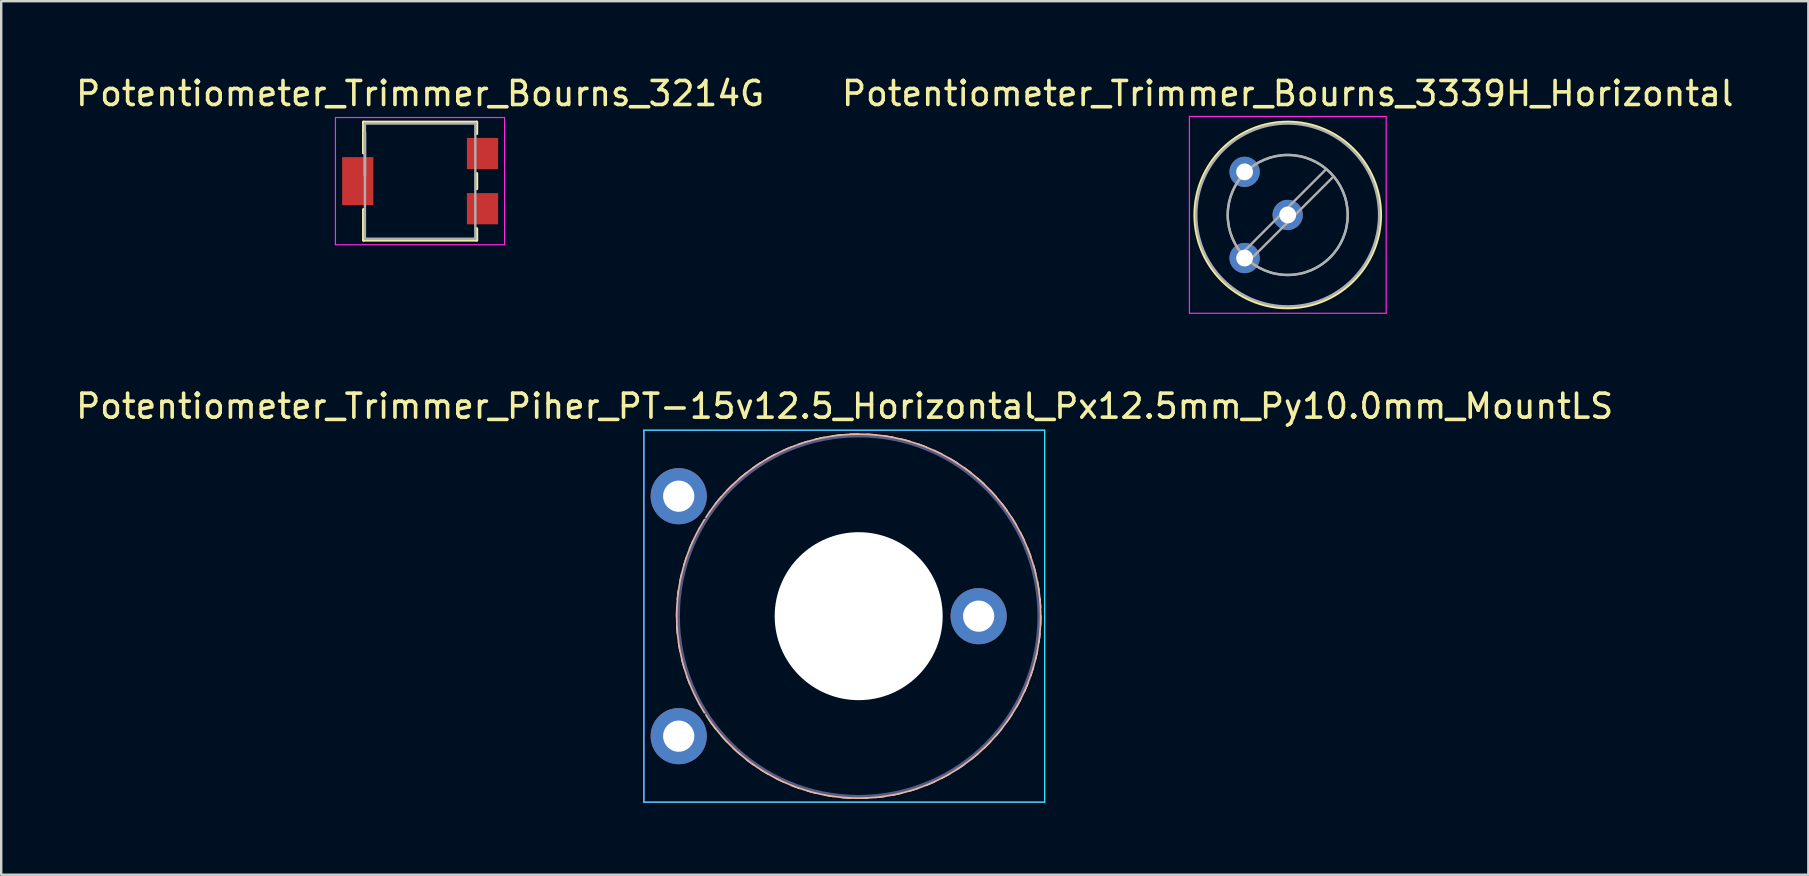
<source format=kicad_pcb>
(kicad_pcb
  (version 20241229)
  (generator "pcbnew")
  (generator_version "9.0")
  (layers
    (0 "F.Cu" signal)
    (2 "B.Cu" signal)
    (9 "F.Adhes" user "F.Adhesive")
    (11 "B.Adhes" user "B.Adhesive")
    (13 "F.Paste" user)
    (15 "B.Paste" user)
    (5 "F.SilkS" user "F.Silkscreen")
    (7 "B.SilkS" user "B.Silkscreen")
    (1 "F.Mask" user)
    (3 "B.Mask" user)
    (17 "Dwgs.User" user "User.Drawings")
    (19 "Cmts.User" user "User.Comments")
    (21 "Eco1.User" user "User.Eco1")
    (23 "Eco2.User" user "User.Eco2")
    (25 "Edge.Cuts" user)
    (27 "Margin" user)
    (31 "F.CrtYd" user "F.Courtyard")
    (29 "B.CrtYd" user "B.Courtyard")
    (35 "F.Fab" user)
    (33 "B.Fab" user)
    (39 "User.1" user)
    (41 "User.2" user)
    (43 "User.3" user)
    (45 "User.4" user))
  (footprint "Potentiometer_Trimmer_Bourns_3214G"
    (layer "F.Cu")
    (at 14.458 4.498)
    (property "Reference" "Potentiometer_Trimmer_Bourns_3214G" (at 0 -3.65 0) (layer "F.SilkS") (effects (font (size 1 1) (thickness 0.15))))
    (attr smd)
    (fp_line (start -2.36 -2.46) (end -2.36 -1.18) (stroke (width 0.12) (type solid)) (layer "F.SilkS"))
    (fp_line (start -2.36 -2.46) (end 2.36 -2.46) (stroke (width 0.12) (type solid)) (layer "F.SilkS"))
    (fp_line (start -2.36 -2.08) (end -2.36 -2.08) (stroke (width 0.12) (type solid)) (layer "F.SilkS"))
    (fp_line (start -2.36 -2.08) (end -2.36 -1.18) (stroke (width 0.12) (type solid)) (layer "F.SilkS"))
    (fp_line (start -2.36 -2.08) (end -2.36 -1.18) (stroke (width 0.12) (type solid)) (layer "F.SilkS"))
    (fp_line (start -2.36 1.18) (end -2.36 2.46) (stroke (width 0.12) (type solid)) (layer "F.SilkS"))
    (fp_line (start -2.36 2.46) (end 2.36 2.46) (stroke (width 0.12) (type solid)) (layer "F.SilkS"))
    (fp_line (start 2.36 -2.46) (end 2.36 -1.98) (stroke (width 0.12) (type solid)) (layer "F.SilkS"))
    (fp_line (start 2.36 -0.32) (end 2.36 0.32) (stroke (width 0.12) (type solid)) (layer "F.SilkS"))
    (fp_line (start 2.36 1.98) (end 2.36 2.46) (stroke (width 0.12) (type solid)) (layer "F.SilkS"))
    (fp_line (start -3.53 -2.65) (end -3.53 2.65) (stroke (width 0.05) (type solid)) (layer "F.CrtYd"))
    (fp_line (start -3.53 2.65) (end 3.52 2.65) (stroke (width 0.05) (type solid)) (layer "F.CrtYd"))
    (fp_line (start 3.52 -2.65) (end -3.53 -2.65) (stroke (width 0.05) (type solid)) (layer "F.CrtYd"))
    (fp_line (start 3.52 2.65) (end 3.52 -2.65) (stroke (width 0.05) (type solid)) (layer "F.CrtYd"))
    (fp_line (start -2.3 -2.4) (end -2.3 2.4) (stroke (width 0.1) (type solid)) (layer "F.Fab"))
    (fp_line (start -2.3 -2.02) (end -2.3 -2.02) (stroke (width 0.1) (type solid)) (layer "F.Fab"))
    (fp_line (start -2.3 -2.02) (end -2.3 -0.24) (stroke (width 0.1) (type solid)) (layer "F.Fab"))
    (fp_line (start -2.3 -1.13) (end -2.3 -1.13) (stroke (width 0.1) (type solid)) (layer "F.Fab"))
    (fp_line (start -2.3 -0.24) (end -2.3 -2.02) (stroke (width 0.1) (type solid)) (layer "F.Fab"))
    (fp_line (start -2.3 -0.24) (end -2.3 -0.24) (stroke (width 0.1) (type solid)) (layer "F.Fab"))
    (fp_line (start -2.3 2.4) (end 2.3 2.4) (stroke (width 0.1) (type solid)) (layer "F.Fab"))
    (fp_line (start 2.3 -2.4) (end -2.3 -2.4) (stroke (width 0.1) (type solid)) (layer "F.Fab"))
    (fp_line (start 2.3 2.4) (end 2.3 -2.4) (stroke (width 0.1) (type solid)) (layer "F.Fab"))
    (pad "1" smd rect (at 2.6 -1.15) (size 1.3 1.3) (layers "F.Cu" "F.Mask"))
    (pad "2" smd rect (at -2.6 0) (size 1.3 2) (layers "F.Cu" "F.Mask"))
    (pad "3" smd rect (at 2.6 1.15) (size 1.3 1.3) (layers "F.Cu" "F.Mask")))
  (footprint "Potentiometer_Trimmer_Bourns_3339H_Horizontal"
    (layer "F.Cu")
    (at 48.817 7.704)
    (property "Reference" "Potentiometer_Trimmer_Bourns_3339H_Horizontal" (at 1.796 -6.856 0) (layer "F.SilkS") (effects (font (size 1 1) (thickness 0.15))))
    (attr through_hole)
    (fp_circle (center 1.797 -1.795) (end 5.667 -1.795) (stroke (width 0.12) (type solid)) (fill no) (layer "F.SilkS"))
    (fp_line (start -2.3 -5.9) (end -2.3 2.3) (stroke (width 0.05) (type solid)) (layer "F.CrtYd"))
    (fp_line (start -2.3 2.3) (end 5.9 2.3) (stroke (width 0.05) (type solid)) (layer "F.CrtYd"))
    (fp_line (start 5.9 -5.9) (end -2.3 -5.9) (stroke (width 0.05) (type solid)) (layer "F.CrtYd"))
    (fp_line (start 5.9 2.3) (end 5.9 -5.9) (stroke (width 0.05) (type solid)) (layer "F.CrtYd"))
    (fp_line (start 3.388 -3.692) (end -0.101 -0.205) (stroke (width 0.1) (type solid)) (layer "F.Fab"))
    (fp_line (start 3.693 -3.386) (end 0.205 0.1) (stroke (width 0.1) (type solid)) (layer "F.Fab"))
    (fp_circle (center 1.796 -1.796) (end 4.296 -1.796) (stroke (width 0.1) (type solid)) (fill no) (layer "F.Fab"))
    (fp_circle (center 1.796 -1.796) (end 5.606 -1.796) (stroke (width 0.1) (type solid)) (fill no) (layer "F.Fab"))
    (fp_circle (center 1.797 -1.795) (end 4.297 -1.795) (stroke (width 0.1) (type solid)) (fill no) (layer "F.Fab"))
    (pad "1" thru_hole circle (at 0 0) (size 1.26 1.26) (drill 0.7) (layers "*.Cu" "*.Mask"))
    (pad "2" thru_hole circle (at 1.796 -1.796) (size 1.26 1.26) (drill 0.7) (layers "*.Cu" "*.Mask"))
    (pad "3" thru_hole circle (at 0 -3.592) (size 1.26 1.26) (drill 0.7) (layers "*.Cu" "*.Mask")))
  (footprint "Potentiometer_Trimmer_Piher_PT-15v12.5_Horizontal_Px12.5mm_Py10.0mm_MountLS"
    (layer "F.Cu")
    (at 25.234 27.628)
    (property "Reference" "Potentiometer_Trimmer_Piher_PT-15v12.5_Horizontal_Px12.5mm_Py10.0mm_MountLS" (at 6.915 -13.75 0) (layer "F.SilkS") (effects (font (size 1 1) (thickness 0.15))))
    (attr through_hole)
    (fp_arc (start -0.060867 -4.988822) (mid -0.059032 -5.166957) (end -0.053 -5.345) (stroke (width 0.12) (type solid)) (layer "F.SilkS"))
    (fp_arc (start -0.026718 -5.708229) (mid -0.007943 -5.88536) (end 0.015 -6.062) (stroke (width 0.12) (type solid)) (layer "F.SilkS"))
    (fp_arc (start -0.024953 -4.269715) (mid -0.04007 -4.447204) (end -0.051 -4.625) (stroke (width 0.12) (type solid)) (layer "F.SilkS"))
    (fp_arc (start 0.074828 -6.420804) (mid 0.110363 -6.595345) (end 0.15 -6.769) (stroke (width 0.12) (type solid)) (layer "F.SilkS"))
    (fp_arc (start 0.079697 -3.557855) (mid 0.04778 -3.733076) (end 0.02 -3.909) (stroke (width 0.12) (type solid)) (layer "F.SilkS"))
    (fp_arc (start 0.244053 -7.120552) (mid 0.296027 -7.290912) (end 0.352 -7.46) (stroke (width 0.12) (type solid)) (layer "F.SilkS"))
    (fp_arc (start 0.249802 -2.859092) (mid 0.201375 -3.030499) (end 0.157 -3.203) (stroke (width 0.12) (type solid)) (layer "F.SilkS"))
    (fp_arc (start 0.478291 -7.800341) (mid 0.546215 -7.964993) (end 0.618 -8.128) (stroke (width 0.12) (type solid)) (layer "F.SilkS"))
    (fp_arc (start 0.486126 -2.178469) (mid 0.421598 -2.344497) (end 0.361 -2.512) (stroke (width 0.12) (type solid)) (layer "F.SilkS"))
    (fp_arc (start 1.552598 -9.666019) (mid 1.664179 -9.804843) (end 1.779 -9.941) (stroke (width 0.12) (type solid)) (layer "F.SilkS"))
    (fp_arc (start 1.566046 -0.316273) (mid 1.457346 -0.457376) (end 1.352 -0.601) (stroke (width 0.12) (type solid)) (layer "F.SilkS"))
    (fp_arc (start 2.023411 -10.211803) (mid 2.14772 -10.339383) (end 2.275 -10.464) (stroke (width 0.12) (type solid)) (layer "F.SilkS"))
    (fp_arc (start 2.038166 0.22709) (mid 1.916533 0.09696) (end 1.798 -0.036) (stroke (width 0.12) (type solid)) (layer "F.SilkS"))
    (fp_arc (start 2.543574 -10.708858) (mid 2.679449 -10.824046) (end 2.818 -10.936) (stroke (width 0.12) (type solid)) (layer "F.SilkS"))
    (fp_arc (start 2.560109 0.723054) (mid 2.426646 0.605083) (end 2.296 0.484) (stroke (width 0.12) (type solid)) (layer "F.SilkS"))
    (fp_arc (start 3.109233 -11.153998) (mid 3.255438 -11.255735) (end 3.404 -11.354) (stroke (width 0.12) (type solid)) (layer "F.SilkS"))
    (fp_arc (start 3.126644 1.166859) (mid 2.982568 1.062112) (end 2.841 0.954) (stroke (width 0.12) (type solid)) (layer "F.SilkS"))
    (fp_arc (start 3.714536 -11.543945) (mid 3.86976 -11.631313) (end 4.027 -11.715) (stroke (width 0.12) (type solid)) (layer "F.SilkS"))
    (fp_arc (start 3.732589 1.554746) (mid 3.579206 1.464167) (end 3.428 1.37) (stroke (width 0.12) (type solid)) (layer "F.SilkS"))
    (fp_arc (start 4.353678 -11.874419) (mid 4.516511 -11.946637) (end 4.681 -12.015) (stroke (width 0.12) (type solid)) (layer "F.SilkS"))
    (fp_arc (start 4.37276 1.882954) (mid 4.211467 1.807366) (end 4.052 1.728) (stroke (width 0.12) (type solid)) (layer "F.SilkS"))
    (fp_arc (start 5.021806 -12.14219) (mid 5.190762 -12.198593) (end 5.361 -12.251) (stroke (width 0.12) (type solid)) (layer "F.SilkS"))
    (fp_arc (start 5.041071 2.149769) (mid 4.873306 2.089853) (end 4.707 2.026) (stroke (width 0.12) (type solid)) (layer "F.SilkS"))
    (fp_arc (start 5.711975 -12.345927) (mid 5.885539 -12.386013) (end 6.06 -12.422) (stroke (width 0.12) (type solid)) (layer "F.SilkS"))
    (fp_arc (start 5.73229 2.35043) (mid 5.559606 2.306743) (end 5.388 2.259) (stroke (width 0.12) (type solid)) (layer "F.SilkS"))
    (fp_arc (start 6.418332 -12.482353) (mid 6.594915 -12.50576) (end 6.772 -12.525) (stroke (width 0.12) (type solid)) (layer "F.SilkS"))
    (fp_arc (start 6.439427 2.485269) (mid 6.26337 2.458204) (end 6.088 2.427) (stroke (width 0.12) (type solid)) (layer "F.SilkS"))
    (fp_arc (start 7.134885 -12.551183) (mid 7.312891 -12.557689) (end 7.491 -12.56) (stroke (width 0.12) (type solid)) (layer "F.SilkS"))
    (fp_arc (start 7.156393 2.55257) (mid 6.978552 2.542378) (end 6.801 2.528) (stroke (width 0.12) (type solid)) (layer "F.SilkS"))
    (fp_arc (start 7.854642 -12.55209) (mid 8.032469 -12.541639) (end 8.21 -12.527) (stroke (width 0.12) (type solid)) (layer "F.SilkS"))
    (fp_arc (start 7.856125 2.551607) (mid 7.678112 2.557901) (end 7.5 2.56) (stroke (width 0.12) (type solid)) (layer "F.SilkS"))
    (fp_arc (start 8.570609 -12.484742) (mid 8.746651 -12.457441) (end 8.922 -12.426) (stroke (width 0.12) (type solid)) (layer "F.SilkS"))
    (fp_arc (start 8.572725 2.483776) (mid 8.396111 2.506972) (end 8.219 2.526) (stroke (width 0.12) (type solid)) (layer "F.SilkS"))
    (fp_arc (start 9.277793 -12.348904) (mid 9.450438 -12.30498) (end 9.622 -12.257) (stroke (width 0.12) (type solid)) (layer "F.SilkS"))
    (fp_arc (start 9.280129 2.348302) (mid 9.10651 2.388202) (end 8.932 2.424) (stroke (width 0.12) (type solid)) (layer "F.SilkS"))
    (fp_arc (start 9.968108 -12.146197) (mid 10.135786 -12.086065) (end 10.302 -12.022) (stroke (width 0.12) (type solid)) (layer "F.SilkS"))
    (fp_arc (start 9.970345 2.145563) (mid 9.801311 2.20178) (end 9.631 2.254) (stroke (width 0.12) (type solid)) (layer "F.SilkS"))
    (fp_arc (start 10.636419 -11.879383) (mid 10.797625 -11.80358) (end 10.957 -11.724) (stroke (width 0.12) (type solid)) (layer "F.SilkS"))
    (fp_arc (start 10.63852 1.878792) (mid 10.475586 1.950826) (end 10.311 2.019) (stroke (width 0.12) (type solid)) (layer "F.SilkS"))
    (fp_arc (start 11.276637 -11.550175) (mid 11.429909 -11.45938) (end 11.581 -11.365) (stroke (width 0.12) (type solid)) (layer "F.SilkS"))
    (fp_arc (start 11.278661 1.54827) (mid 11.123336 1.635477) (end 10.966 1.719) (stroke (width 0.12) (type solid)) (layer "F.SilkS"))
    (fp_arc (start 11.882629 -11.16129) (mid 12.026571 -11.056326) (end 12.168 -10.948) (stroke (width 0.12) (type solid)) (layer "F.SilkS"))
    (fp_arc (start 11.884011 1.159322) (mid 11.737682 1.260899) (end 11.589 1.359) (stroke (width 0.12) (type solid)) (layer "F.SilkS"))
    (fp_arc (start 12.448212 -10.716439) (mid 12.581517 -10.598274) (end 12.712 -10.477) (stroke (width 0.12) (type solid)) (layer "F.SilkS"))
    (fp_arc (start 12.449717 0.715181) (mid 12.313695 0.830209) (end 12.175 0.942) (stroke (width 0.12) (type solid)) (layer "F.SilkS"))
    (fp_arc (start 12.96925 -10.21843) (mid 13.090677 -10.088127) (end 13.209 -9.955) (stroke (width 0.12) (type solid)) (layer "F.SilkS"))
    (fp_arc (start 12.970879 0.218079) (mid 12.846424 0.345523) (end 12.719 0.47) (stroke (width 0.12) (type solid)) (layer "F.SilkS"))
    (fp_arc (start 13.44137 -9.675067) (mid 13.549864 -9.533792) (end 13.655 -9.39) (stroke (width 0.12) (type solid)) (layer "F.SilkS"))
    (fp_arc (start 13.442784 -0.325754) (mid 13.331011 -0.187041) (end 13.216 -0.051) (stroke (width 0.12) (type solid)) (layer "F.SilkS"))
    (fp_arc (start 13.858437 -9.089063) (mid 13.95301 -8.938125) (end 14.044 -8.785) (stroke (width 0.12) (type solid)) (layer "F.SilkS"))
    (fp_arc (start 13.859629 -0.912041) (mid 13.761553 -0.763345) (end 13.66 -0.617) (stroke (width 0.12) (type solid)) (layer "F.SilkS"))
    (fp_arc (start 14.219171 -8.466364) (mid 14.298973 -8.3071) (end 14.375 -8.146) (stroke (width 0.12) (type solid)) (layer "F.SilkS"))
    (fp_arc (start 14.219698 -1.534694) (mid 14.136191 -1.377341) (end 14.049 -1.222) (stroke (width 0.12) (type solid)) (layer "F.SilkS"))
    (fp_arc (start 14.518341 -7.81173) (mid 14.582637 -7.645599) (end 14.643 -7.478) (stroke (width 0.12) (type solid)) (layer "F.SilkS"))
    (fp_arc (start 14.519183 -2.189529) (mid 14.451021 -2.024939) (end 14.379 -1.862) (stroke (width 0.12) (type solid)) (layer "F.SilkS"))
    (fp_arc (start 14.753666 -7.13106) (mid 14.80186 -6.959574) (end 14.846 -6.787) (stroke (width 0.12) (type solid)) (layer "F.SilkS"))
    (fp_arc (start 14.75442 -2.869365) (mid 14.702209 -2.699044) (end 14.646 -2.53) (stroke (width 0.12) (type solid)) (layer "F.SilkS"))
    (fp_arc (start 14.923645 -3.569113) (mid 14.887873 -3.394611) (end 14.848 -3.221) (stroke (width 0.12) (type solid)) (layer "F.SilkS"))
    (fp_arc (start 14.923771 -6.432298) (mid 14.955455 -6.256998) (end 14.983 -6.081) (stroke (width 0.12) (type solid)) (layer "F.SilkS"))
    (fp_arc (start 15.02619 -4.281735) (mid 15.007179 -4.104619) (end 14.984 -3.928) (stroke (width 0.12) (type solid)) (layer "F.SilkS"))
    (fp_arc (start 15.02647 -5.719344) (mid 15.041328 -5.541822) (end 15.052 -5.364) (stroke (width 0.12) (type solid)) (layer "F.SilkS"))
    (fp_arc (start 15.060386 -5.000143) (mid 15.058291 -4.822022) (end 15.052 -4.644) (stroke (width 0.12) (type solid)) (layer "F.SilkS"))
    (fp_arc (start 0.888607 -1.335708) (mid -0.058939 -5.000405) (end 0.889 -8.665) (stroke (width 0.12) (type solid)) (layer "B.SilkS"))
    (fp_arc (start 0.889127 -8.665036) (mid 0.987332 -8.836833) (end 1.09 -9.006) (stroke (width 0.12) (type solid)) (layer "B.SilkS"))
    (fp_arc (start 1.088873 -0.993977) (mid 0.986204 -1.163174) (end 0.888 -1.335) (stroke (width 0.12) (type solid)) (layer "B.SilkS"))
    (fp_arc (start 1.160448 -9.117261) (mid 1.23327 -9.227274) (end 1.308 -9.336) (stroke (width 0.12) (type solid)) (layer "B.SilkS"))
    (fp_arc (start 1.307211 -9.336238) (mid 14.205802 -8.490819) (end 7.5 2.56) (stroke (width 0.12) (type solid)) (layer "B.SilkS"))
    (fp_arc (start 1.307543 -0.664245) (mid 1.232817 -0.772979) (end 1.16 -0.883) (stroke (width 0.12) (type solid)) (layer "B.SilkS"))
    (fp_arc (start 7.631625 2.55889) (mid 4.067534 1.735898) (end 1.307 -0.664) (stroke (width 0.12) (type solid)) (layer "B.SilkS"))
    (fp_line (start -1.45 -12.75) (end -1.45 2.75) (stroke (width 0.05) (type solid)) (layer "B.CrtYd"))
    (fp_line (start -1.45 2.75) (end 15.25 2.75) (stroke (width 0.05) (type solid)) (layer "B.CrtYd"))
    (fp_line (start 15.25 -12.75) (end -1.45 -12.75) (stroke (width 0.05) (type solid)) (layer "B.CrtYd"))
    (fp_line (start 15.25 2.75) (end 15.25 -12.75) (stroke (width 0.05) (type solid)) (layer "B.CrtYd"))
    (fp_line (start -1.45 -12.75) (end -1.45 2.75) (stroke (width 0.05) (type solid)) (layer "F.CrtYd"))
    (fp_line (start -1.45 2.75) (end 15.25 2.75) (stroke (width 0.05) (type solid)) (layer "F.CrtYd"))
    (fp_line (start 15.25 -12.75) (end -1.45 -12.75) (stroke (width 0.05) (type solid)) (layer "F.CrtYd"))
    (fp_line (start 15.25 2.75) (end 15.25 -12.75) (stroke (width 0.05) (type solid)) (layer "F.CrtYd"))
    (fp_circle (center 7.5 -5) (end 9.7 -5) (stroke (width 0.1) (type solid)) (fill no) (layer "B.Fab"))
    (fp_circle (center 7.5 -5) (end 10.5 -5) (stroke (width 0.1) (type solid)) (fill no) (layer "B.Fab"))
    (fp_circle (center 7.5 -5) (end 15 -5) (stroke (width 0.1) (type solid)) (fill no) (layer "B.Fab"))
    (pad "" np_thru_hole circle (at 7.5 -5) (size 7 7) (drill 7) (layers "*.Cu" "*.Mask"))
    (pad "1" thru_hole circle (at 0 0) (size 2.34 2.34) (drill 1.3) (layers "*.Cu" "*.Mask"))
    (pad "2" thru_hole circle (at 12.5 -5) (size 2.34 2.34) (drill 1.3) (layers "*.Cu" "*.Mask"))
    (pad "3" thru_hole circle (at 0 -10) (size 2.34 2.34) (drill 1.3) (layers "*.Cu" "*.Mask")))
  (gr_rect
    (start -3 -3)
    (end 72.31 33.403)
    (stroke (width 0.1) (type default))
    (fill no)
    (layer "Edge.Cuts")))
</source>
